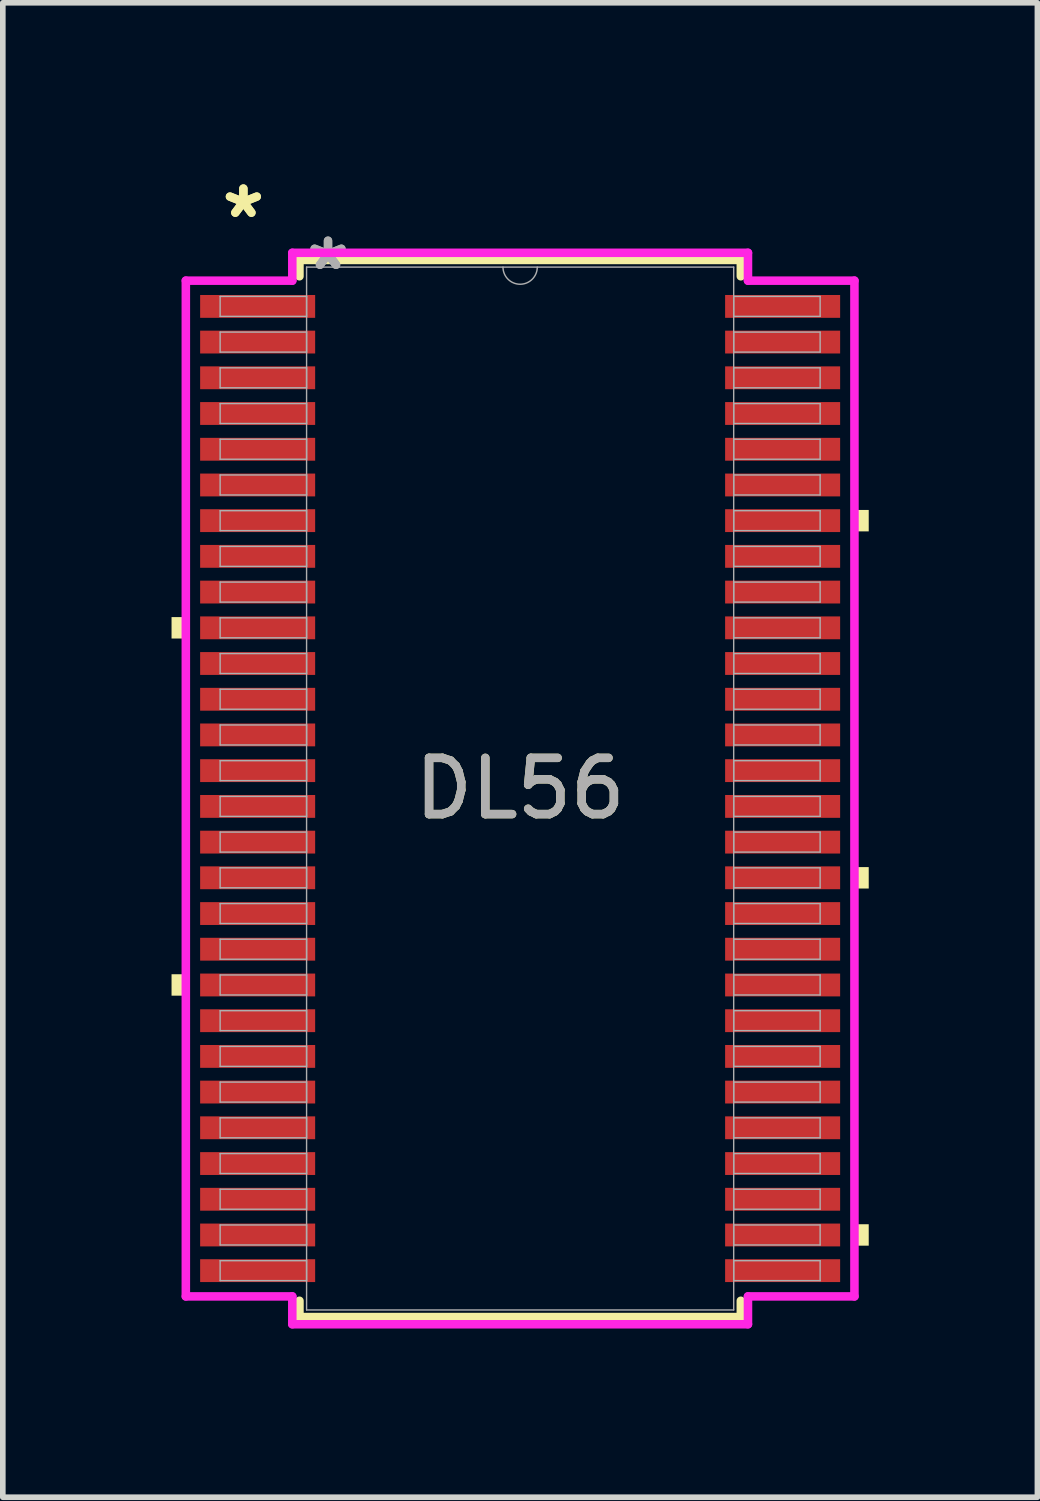
<source format=kicad_pcb>
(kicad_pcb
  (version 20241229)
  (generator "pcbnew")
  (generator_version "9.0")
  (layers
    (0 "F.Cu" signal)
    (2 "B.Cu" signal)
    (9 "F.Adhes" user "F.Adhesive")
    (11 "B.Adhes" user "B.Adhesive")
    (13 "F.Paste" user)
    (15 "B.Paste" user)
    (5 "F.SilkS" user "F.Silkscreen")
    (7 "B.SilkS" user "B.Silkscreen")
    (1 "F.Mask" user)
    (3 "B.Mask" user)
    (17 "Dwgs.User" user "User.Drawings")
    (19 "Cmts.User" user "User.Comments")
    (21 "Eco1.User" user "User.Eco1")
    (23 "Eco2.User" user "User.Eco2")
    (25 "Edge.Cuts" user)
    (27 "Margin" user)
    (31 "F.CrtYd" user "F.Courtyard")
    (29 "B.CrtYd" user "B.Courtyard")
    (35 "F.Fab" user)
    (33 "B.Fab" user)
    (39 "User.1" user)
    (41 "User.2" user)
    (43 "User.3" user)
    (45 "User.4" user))
  (footprint "DL56"
    (layer "F.Cu")
    (at 6.198 10.97)
    (property "Reference" "DL56" (at 0 0 0) (unlocked yes) (layer "F.SilkS") (effects (font (size 1 1) (thickness 0.15))))
    (attr smd)
    (fp_line (start -3.924 -9.398) (end -3.924 -9.108) (stroke (width 0.152) (type solid)) (layer "F.SilkS"))
    (fp_line (start -3.924 9.108) (end -3.924 9.398) (stroke (width 0.152) (type solid)) (layer "F.SilkS"))
    (fp_line (start -3.924 9.398) (end 3.924 9.398) (stroke (width 0.152) (type solid)) (layer "F.SilkS"))
    (fp_line (start 3.924 -9.398) (end -3.924 -9.398) (stroke (width 0.152) (type solid)) (layer "F.SilkS"))
    (fp_line (start 3.924 -9.108) (end 3.924 -9.398) (stroke (width 0.152) (type solid)) (layer "F.SilkS"))
    (fp_line (start 3.924 9.398) (end 3.924 9.108) (stroke (width 0.152) (type solid)) (layer "F.SilkS"))
    (fp_poly (pts (xy -6.198 -3.048) (xy -6.198 -2.667) (xy -5.944 -2.667) (xy -5.944 -3.048)) (stroke (width 0) (type solid)) (fill yes) (layer "F.SilkS"))
    (fp_poly (pts (xy -6.198 3.302) (xy -6.198 3.683) (xy -5.944 3.683) (xy -5.944 3.302)) (stroke (width 0) (type solid)) (fill yes) (layer "F.SilkS"))
    (fp_poly (pts (xy 6.198 -4.953) (xy 6.198 -4.572) (xy 5.944 -4.572) (xy 5.944 -4.953)) (stroke (width 0) (type solid)) (fill yes) (layer "F.SilkS"))
    (fp_poly (pts (xy 6.198 1.397) (xy 6.198 1.778) (xy 5.944 1.778) (xy 5.944 1.397)) (stroke (width 0) (type solid)) (fill yes) (layer "F.SilkS"))
    (fp_poly (pts (xy 6.198 7.747) (xy 6.198 8.128) (xy 5.944 8.128) (xy 5.944 7.747)) (stroke (width 0) (type solid)) (fill yes) (layer "F.SilkS"))
    (fp_line (start -5.944 -9.03) (end -4.051 -9.03) (stroke (width 0.152) (type solid)) (layer "F.CrtYd"))
    (fp_line (start -5.944 9.03) (end -5.944 -9.03) (stroke (width 0.152) (type solid)) (layer "F.CrtYd"))
    (fp_line (start -5.944 9.03) (end -4.051 9.03) (stroke (width 0.152) (type solid)) (layer "F.CrtYd"))
    (fp_line (start -4.051 -9.525) (end 4.051 -9.525) (stroke (width 0.152) (type solid)) (layer "F.CrtYd"))
    (fp_line (start -4.051 -9.03) (end -4.051 -9.525) (stroke (width 0.152) (type solid)) (layer "F.CrtYd"))
    (fp_line (start -4.051 9.525) (end -4.051 9.03) (stroke (width 0.152) (type solid)) (layer "F.CrtYd"))
    (fp_line (start 4.051 -9.525) (end 4.051 -9.03) (stroke (width 0.152) (type solid)) (layer "F.CrtYd"))
    (fp_line (start 4.051 9.03) (end 4.051 9.525) (stroke (width 0.152) (type solid)) (layer "F.CrtYd"))
    (fp_line (start 4.051 9.525) (end -4.051 9.525) (stroke (width 0.152) (type solid)) (layer "F.CrtYd"))
    (fp_line (start 5.944 -9.03) (end 4.051 -9.03) (stroke (width 0.152) (type solid)) (layer "F.CrtYd"))
    (fp_line (start 5.944 -9.03) (end 5.944 9.03) (stroke (width 0.152) (type solid)) (layer "F.CrtYd"))
    (fp_line (start 5.944 9.03) (end 4.051 9.03) (stroke (width 0.152) (type solid)) (layer "F.CrtYd"))
    (fp_line (start -5.334 -8.75) (end -5.334 -8.395) (stroke (width 0.025) (type solid)) (layer "F.Fab"))
    (fp_line (start -5.334 -8.395) (end -3.797 -8.395) (stroke (width 0.025) (type solid)) (layer "F.Fab"))
    (fp_line (start -5.334 -8.115) (end -5.334 -7.76) (stroke (width 0.025) (type solid)) (layer "F.Fab"))
    (fp_line (start -5.334 -7.76) (end -3.797 -7.76) (stroke (width 0.025) (type solid)) (layer "F.Fab"))
    (fp_line (start -5.334 -7.48) (end -5.334 -7.125) (stroke (width 0.025) (type solid)) (layer "F.Fab"))
    (fp_line (start -5.334 -7.125) (end -3.797 -7.125) (stroke (width 0.025) (type solid)) (layer "F.Fab"))
    (fp_line (start -5.334 -6.845) (end -5.334 -6.49) (stroke (width 0.025) (type solid)) (layer "F.Fab"))
    (fp_line (start -5.334 -6.49) (end -3.797 -6.49) (stroke (width 0.025) (type solid)) (layer "F.Fab"))
    (fp_line (start -5.334 -6.21) (end -5.334 -5.855) (stroke (width 0.025) (type solid)) (layer "F.Fab"))
    (fp_line (start -5.334 -5.855) (end -3.797 -5.855) (stroke (width 0.025) (type solid)) (layer "F.Fab"))
    (fp_line (start -5.334 -5.575) (end -5.334 -5.22) (stroke (width 0.025) (type solid)) (layer "F.Fab"))
    (fp_line (start -5.334 -5.22) (end -3.797 -5.22) (stroke (width 0.025) (type solid)) (layer "F.Fab"))
    (fp_line (start -5.334 -4.94) (end -5.334 -4.585) (stroke (width 0.025) (type solid)) (layer "F.Fab"))
    (fp_line (start -5.334 -4.585) (end -3.797 -4.585) (stroke (width 0.025) (type solid)) (layer "F.Fab"))
    (fp_line (start -5.334 -4.305) (end -5.334 -3.95) (stroke (width 0.025) (type solid)) (layer "F.Fab"))
    (fp_line (start -5.334 -3.95) (end -3.797 -3.95) (stroke (width 0.025) (type solid)) (layer "F.Fab"))
    (fp_line (start -5.334 -3.67) (end -5.334 -3.315) (stroke (width 0.025) (type solid)) (layer "F.Fab"))
    (fp_line (start -5.334 -3.315) (end -3.797 -3.315) (stroke (width 0.025) (type solid)) (layer "F.Fab"))
    (fp_line (start -5.334 -3.035) (end -5.334 -2.68) (stroke (width 0.025) (type solid)) (layer "F.Fab"))
    (fp_line (start -5.334 -2.68) (end -3.797 -2.68) (stroke (width 0.025) (type solid)) (layer "F.Fab"))
    (fp_line (start -5.334 -2.4) (end -5.334 -2.045) (stroke (width 0.025) (type solid)) (layer "F.Fab"))
    (fp_line (start -5.334 -2.045) (end -3.797 -2.045) (stroke (width 0.025) (type solid)) (layer "F.Fab"))
    (fp_line (start -5.334 -1.765) (end -5.334 -1.41) (stroke (width 0.025) (type solid)) (layer "F.Fab"))
    (fp_line (start -5.334 -1.41) (end -3.797 -1.41) (stroke (width 0.025) (type solid)) (layer "F.Fab"))
    (fp_line (start -5.334 -1.13) (end -5.334 -0.775) (stroke (width 0.025) (type solid)) (layer "F.Fab"))
    (fp_line (start -5.334 -0.775) (end -3.797 -0.775) (stroke (width 0.025) (type solid)) (layer "F.Fab"))
    (fp_line (start -5.334 -0.495) (end -5.334 -0.14) (stroke (width 0.025) (type solid)) (layer "F.Fab"))
    (fp_line (start -5.334 -0.14) (end -3.797 -0.14) (stroke (width 0.025) (type solid)) (layer "F.Fab"))
    (fp_line (start -5.334 0.14) (end -5.334 0.495) (stroke (width 0.025) (type solid)) (layer "F.Fab"))
    (fp_line (start -5.334 0.495) (end -3.797 0.495) (stroke (width 0.025) (type solid)) (layer "F.Fab"))
    (fp_line (start -5.334 0.775) (end -5.334 1.13) (stroke (width 0.025) (type solid)) (layer "F.Fab"))
    (fp_line (start -5.334 1.13) (end -3.797 1.13) (stroke (width 0.025) (type solid)) (layer "F.Fab"))
    (fp_line (start -5.334 1.41) (end -5.334 1.765) (stroke (width 0.025) (type solid)) (layer "F.Fab"))
    (fp_line (start -5.334 1.765) (end -3.797 1.765) (stroke (width 0.025) (type solid)) (layer "F.Fab"))
    (fp_line (start -5.334 2.045) (end -5.334 2.4) (stroke (width 0.025) (type solid)) (layer "F.Fab"))
    (fp_line (start -5.334 2.4) (end -3.797 2.4) (stroke (width 0.025) (type solid)) (layer "F.Fab"))
    (fp_line (start -5.334 2.68) (end -5.334 3.035) (stroke (width 0.025) (type solid)) (layer "F.Fab"))
    (fp_line (start -5.334 3.035) (end -3.797 3.035) (stroke (width 0.025) (type solid)) (layer "F.Fab"))
    (fp_line (start -5.334 3.315) (end -5.334 3.67) (stroke (width 0.025) (type solid)) (layer "F.Fab"))
    (fp_line (start -5.334 3.67) (end -3.797 3.67) (stroke (width 0.025) (type solid)) (layer "F.Fab"))
    (fp_line (start -5.334 3.95) (end -5.334 4.305) (stroke (width 0.025) (type solid)) (layer "F.Fab"))
    (fp_line (start -5.334 4.305) (end -3.797 4.305) (stroke (width 0.025) (type solid)) (layer "F.Fab"))
    (fp_line (start -5.334 4.585) (end -5.334 4.94) (stroke (width 0.025) (type solid)) (layer "F.Fab"))
    (fp_line (start -5.334 4.94) (end -3.797 4.94) (stroke (width 0.025) (type solid)) (layer "F.Fab"))
    (fp_line (start -5.334 5.22) (end -5.334 5.575) (stroke (width 0.025) (type solid)) (layer "F.Fab"))
    (fp_line (start -5.334 5.575) (end -3.797 5.575) (stroke (width 0.025) (type solid)) (layer "F.Fab"))
    (fp_line (start -5.334 5.855) (end -5.334 6.21) (stroke (width 0.025) (type solid)) (layer "F.Fab"))
    (fp_line (start -5.334 6.21) (end -3.797 6.21) (stroke (width 0.025) (type solid)) (layer "F.Fab"))
    (fp_line (start -5.334 6.49) (end -5.334 6.845) (stroke (width 0.025) (type solid)) (layer "F.Fab"))
    (fp_line (start -5.334 6.845) (end -3.797 6.845) (stroke (width 0.025) (type solid)) (layer "F.Fab"))
    (fp_line (start -5.334 7.125) (end -5.334 7.48) (stroke (width 0.025) (type solid)) (layer "F.Fab"))
    (fp_line (start -5.334 7.48) (end -3.797 7.48) (stroke (width 0.025) (type solid)) (layer "F.Fab"))
    (fp_line (start -5.334 7.76) (end -5.334 8.115) (stroke (width 0.025) (type solid)) (layer "F.Fab"))
    (fp_line (start -5.334 8.115) (end -3.797 8.115) (stroke (width 0.025) (type solid)) (layer "F.Fab"))
    (fp_line (start -5.334 8.395) (end -5.334 8.75) (stroke (width 0.025) (type solid)) (layer "F.Fab"))
    (fp_line (start -5.334 8.75) (end -3.797 8.75) (stroke (width 0.025) (type solid)) (layer "F.Fab"))
    (fp_line (start -3.797 -9.271) (end -3.797 9.271) (stroke (width 0.025) (type solid)) (layer "F.Fab"))
    (fp_line (start -3.797 -8.75) (end -5.334 -8.75) (stroke (width 0.025) (type solid)) (layer "F.Fab"))
    (fp_line (start -3.797 -8.395) (end -3.797 -8.75) (stroke (width 0.025) (type solid)) (layer "F.Fab"))
    (fp_line (start -3.797 -8.115) (end -5.334 -8.115) (stroke (width 0.025) (type solid)) (layer "F.Fab"))
    (fp_line (start -3.797 -7.76) (end -3.797 -8.115) (stroke (width 0.025) (type solid)) (layer "F.Fab"))
    (fp_line (start -3.797 -7.48) (end -5.334 -7.48) (stroke (width 0.025) (type solid)) (layer "F.Fab"))
    (fp_line (start -3.797 -7.125) (end -3.797 -7.48) (stroke (width 0.025) (type solid)) (layer "F.Fab"))
    (fp_line (start -3.797 -6.845) (end -5.334 -6.845) (stroke (width 0.025) (type solid)) (layer "F.Fab"))
    (fp_line (start -3.797 -6.49) (end -3.797 -6.845) (stroke (width 0.025) (type solid)) (layer "F.Fab"))
    (fp_line (start -3.797 -6.21) (end -5.334 -6.21) (stroke (width 0.025) (type solid)) (layer "F.Fab"))
    (fp_line (start -3.797 -5.855) (end -3.797 -6.21) (stroke (width 0.025) (type solid)) (layer "F.Fab"))
    (fp_line (start -3.797 -5.575) (end -5.334 -5.575) (stroke (width 0.025) (type solid)) (layer "F.Fab"))
    (fp_line (start -3.797 -5.22) (end -3.797 -5.575) (stroke (width 0.025) (type solid)) (layer "F.Fab"))
    (fp_line (start -3.797 -4.94) (end -5.334 -4.94) (stroke (width 0.025) (type solid)) (layer "F.Fab"))
    (fp_line (start -3.797 -4.585) (end -3.797 -4.94) (stroke (width 0.025) (type solid)) (layer "F.Fab"))
    (fp_line (start -3.797 -4.305) (end -5.334 -4.305) (stroke (width 0.025) (type solid)) (layer "F.Fab"))
    (fp_line (start -3.797 -3.95) (end -3.797 -4.305) (stroke (width 0.025) (type solid)) (layer "F.Fab"))
    (fp_line (start -3.797 -3.67) (end -5.334 -3.67) (stroke (width 0.025) (type solid)) (layer "F.Fab"))
    (fp_line (start -3.797 -3.315) (end -3.797 -3.67) (stroke (width 0.025) (type solid)) (layer "F.Fab"))
    (fp_line (start -3.797 -3.035) (end -5.334 -3.035) (stroke (width 0.025) (type solid)) (layer "F.Fab"))
    (fp_line (start -3.797 -2.68) (end -3.797 -3.035) (stroke (width 0.025) (type solid)) (layer "F.Fab"))
    (fp_line (start -3.797 -2.4) (end -5.334 -2.4) (stroke (width 0.025) (type solid)) (layer "F.Fab"))
    (fp_line (start -3.797 -2.045) (end -3.797 -2.4) (stroke (width 0.025) (type solid)) (layer "F.Fab"))
    (fp_line (start -3.797 -1.765) (end -5.334 -1.765) (stroke (width 0.025) (type solid)) (layer "F.Fab"))
    (fp_line (start -3.797 -1.41) (end -3.797 -1.765) (stroke (width 0.025) (type solid)) (layer "F.Fab"))
    (fp_line (start -3.797 -1.13) (end -5.334 -1.13) (stroke (width 0.025) (type solid)) (layer "F.Fab"))
    (fp_line (start -3.797 -0.775) (end -3.797 -1.13) (stroke (width 0.025) (type solid)) (layer "F.Fab"))
    (fp_line (start -3.797 -0.495) (end -5.334 -0.495) (stroke (width 0.025) (type solid)) (layer "F.Fab"))
    (fp_line (start -3.797 -0.14) (end -3.797 -0.495) (stroke (width 0.025) (type solid)) (layer "F.Fab"))
    (fp_line (start -3.797 0.14) (end -5.334 0.14) (stroke (width 0.025) (type solid)) (layer "F.Fab"))
    (fp_line (start -3.797 0.495) (end -3.797 0.14) (stroke (width 0.025) (type solid)) (layer "F.Fab"))
    (fp_line (start -3.797 0.775) (end -5.334 0.775) (stroke (width 0.025) (type solid)) (layer "F.Fab"))
    (fp_line (start -3.797 1.13) (end -3.797 0.775) (stroke (width 0.025) (type solid)) (layer "F.Fab"))
    (fp_line (start -3.797 1.41) (end -5.334 1.41) (stroke (width 0.025) (type solid)) (layer "F.Fab"))
    (fp_line (start -3.797 1.765) (end -3.797 1.41) (stroke (width 0.025) (type solid)) (layer "F.Fab"))
    (fp_line (start -3.797 2.045) (end -5.334 2.045) (stroke (width 0.025) (type solid)) (layer "F.Fab"))
    (fp_line (start -3.797 2.4) (end -3.797 2.045) (stroke (width 0.025) (type solid)) (layer "F.Fab"))
    (fp_line (start -3.797 2.68) (end -5.334 2.68) (stroke (width 0.025) (type solid)) (layer "F.Fab"))
    (fp_line (start -3.797 3.035) (end -3.797 2.68) (stroke (width 0.025) (type solid)) (layer "F.Fab"))
    (fp_line (start -3.797 3.315) (end -5.334 3.315) (stroke (width 0.025) (type solid)) (layer "F.Fab"))
    (fp_line (start -3.797 3.67) (end -3.797 3.315) (stroke (width 0.025) (type solid)) (layer "F.Fab"))
    (fp_line (start -3.797 3.95) (end -5.334 3.95) (stroke (width 0.025) (type solid)) (layer "F.Fab"))
    (fp_line (start -3.797 4.305) (end -3.797 3.95) (stroke (width 0.025) (type solid)) (layer "F.Fab"))
    (fp_line (start -3.797 4.585) (end -5.334 4.585) (stroke (width 0.025) (type solid)) (layer "F.Fab"))
    (fp_line (start -3.797 4.94) (end -3.797 4.585) (stroke (width 0.025) (type solid)) (layer "F.Fab"))
    (fp_line (start -3.797 5.22) (end -5.334 5.22) (stroke (width 0.025) (type solid)) (layer "F.Fab"))
    (fp_line (start -3.797 5.575) (end -3.797 5.22) (stroke (width 0.025) (type solid)) (layer "F.Fab"))
    (fp_line (start -3.797 5.855) (end -5.334 5.855) (stroke (width 0.025) (type solid)) (layer "F.Fab"))
    (fp_line (start -3.797 6.21) (end -3.797 5.855) (stroke (width 0.025) (type solid)) (layer "F.Fab"))
    (fp_line (start -3.797 6.49) (end -5.334 6.49) (stroke (width 0.025) (type solid)) (layer "F.Fab"))
    (fp_line (start -3.797 6.845) (end -3.797 6.49) (stroke (width 0.025) (type solid)) (layer "F.Fab"))
    (fp_line (start -3.797 7.125) (end -5.334 7.125) (stroke (width 0.025) (type solid)) (layer "F.Fab"))
    (fp_line (start -3.797 7.48) (end -3.797 7.125) (stroke (width 0.025) (type solid)) (layer "F.Fab"))
    (fp_line (start -3.797 7.76) (end -5.334 7.76) (stroke (width 0.025) (type solid)) (layer "F.Fab"))
    (fp_line (start -3.797 8.115) (end -3.797 7.76) (stroke (width 0.025) (type solid)) (layer "F.Fab"))
    (fp_line (start -3.797 8.395) (end -5.334 8.395) (stroke (width 0.025) (type solid)) (layer "F.Fab"))
    (fp_line (start -3.797 8.75) (end -3.797 8.395) (stroke (width 0.025) (type solid)) (layer "F.Fab"))
    (fp_line (start -3.797 9.271) (end 3.797 9.271) (stroke (width 0.025) (type solid)) (layer "F.Fab"))
    (fp_line (start 3.797 -9.271) (end -3.797 -9.271) (stroke (width 0.025) (type solid)) (layer "F.Fab"))
    (fp_line (start 3.797 -8.75) (end 3.797 -8.395) (stroke (width 0.025) (type solid)) (layer "F.Fab"))
    (fp_line (start 3.797 -8.395) (end 5.334 -8.395) (stroke (width 0.025) (type solid)) (layer "F.Fab"))
    (fp_line (start 3.797 -8.115) (end 3.797 -7.76) (stroke (width 0.025) (type solid)) (layer "F.Fab"))
    (fp_line (start 3.797 -7.76) (end 5.334 -7.76) (stroke (width 0.025) (type solid)) (layer "F.Fab"))
    (fp_line (start 3.797 -7.48) (end 3.797 -7.125) (stroke (width 0.025) (type solid)) (layer "F.Fab"))
    (fp_line (start 3.797 -7.125) (end 5.334 -7.125) (stroke (width 0.025) (type solid)) (layer "F.Fab"))
    (fp_line (start 3.797 -6.845) (end 3.797 -6.49) (stroke (width 0.025) (type solid)) (layer "F.Fab"))
    (fp_line (start 3.797 -6.49) (end 5.334 -6.49) (stroke (width 0.025) (type solid)) (layer "F.Fab"))
    (fp_line (start 3.797 -6.21) (end 3.797 -5.855) (stroke (width 0.025) (type solid)) (layer "F.Fab"))
    (fp_line (start 3.797 -5.855) (end 5.334 -5.855) (stroke (width 0.025) (type solid)) (layer "F.Fab"))
    (fp_line (start 3.797 -5.575) (end 3.797 -5.22) (stroke (width 0.025) (type solid)) (layer "F.Fab"))
    (fp_line (start 3.797 -5.22) (end 5.334 -5.22) (stroke (width 0.025) (type solid)) (layer "F.Fab"))
    (fp_line (start 3.797 -4.94) (end 3.797 -4.585) (stroke (width 0.025) (type solid)) (layer "F.Fab"))
    (fp_line (start 3.797 -4.585) (end 5.334 -4.585) (stroke (width 0.025) (type solid)) (layer "F.Fab"))
    (fp_line (start 3.797 -4.305) (end 3.797 -3.95) (stroke (width 0.025) (type solid)) (layer "F.Fab"))
    (fp_line (start 3.797 -3.95) (end 5.334 -3.95) (stroke (width 0.025) (type solid)) (layer "F.Fab"))
    (fp_line (start 3.797 -3.67) (end 3.797 -3.315) (stroke (width 0.025) (type solid)) (layer "F.Fab"))
    (fp_line (start 3.797 -3.315) (end 5.334 -3.315) (stroke (width 0.025) (type solid)) (layer "F.Fab"))
    (fp_line (start 3.797 -3.035) (end 3.797 -2.68) (stroke (width 0.025) (type solid)) (layer "F.Fab"))
    (fp_line (start 3.797 -2.68) (end 5.334 -2.68) (stroke (width 0.025) (type solid)) (layer "F.Fab"))
    (fp_line (start 3.797 -2.4) (end 3.797 -2.045) (stroke (width 0.025) (type solid)) (layer "F.Fab"))
    (fp_line (start 3.797 -2.045) (end 5.334 -2.045) (stroke (width 0.025) (type solid)) (layer "F.Fab"))
    (fp_line (start 3.797 -1.765) (end 3.797 -1.41) (stroke (width 0.025) (type solid)) (layer "F.Fab"))
    (fp_line (start 3.797 -1.41) (end 5.334 -1.41) (stroke (width 0.025) (type solid)) (layer "F.Fab"))
    (fp_line (start 3.797 -1.13) (end 3.797 -0.775) (stroke (width 0.025) (type solid)) (layer "F.Fab"))
    (fp_line (start 3.797 -0.775) (end 5.334 -0.775) (stroke (width 0.025) (type solid)) (layer "F.Fab"))
    (fp_line (start 3.797 -0.495) (end 3.797 -0.14) (stroke (width 0.025) (type solid)) (layer "F.Fab"))
    (fp_line (start 3.797 -0.14) (end 5.334 -0.14) (stroke (width 0.025) (type solid)) (layer "F.Fab"))
    (fp_line (start 3.797 0.14) (end 3.797 0.495) (stroke (width 0.025) (type solid)) (layer "F.Fab"))
    (fp_line (start 3.797 0.495) (end 5.334 0.495) (stroke (width 0.025) (type solid)) (layer "F.Fab"))
    (fp_line (start 3.797 0.775) (end 3.797 1.13) (stroke (width 0.025) (type solid)) (layer "F.Fab"))
    (fp_line (start 3.797 1.13) (end 5.334 1.13) (stroke (width 0.025) (type solid)) (layer "F.Fab"))
    (fp_line (start 3.797 1.41) (end 3.797 1.765) (stroke (width 0.025) (type solid)) (layer "F.Fab"))
    (fp_line (start 3.797 1.765) (end 5.334 1.765) (stroke (width 0.025) (type solid)) (layer "F.Fab"))
    (fp_line (start 3.797 2.045) (end 3.797 2.4) (stroke (width 0.025) (type solid)) (layer "F.Fab"))
    (fp_line (start 3.797 2.4) (end 5.334 2.4) (stroke (width 0.025) (type solid)) (layer "F.Fab"))
    (fp_line (start 3.797 2.68) (end 3.797 3.035) (stroke (width 0.025) (type solid)) (layer "F.Fab"))
    (fp_line (start 3.797 3.035) (end 5.334 3.035) (stroke (width 0.025) (type solid)) (layer "F.Fab"))
    (fp_line (start 3.797 3.315) (end 3.797 3.67) (stroke (width 0.025) (type solid)) (layer "F.Fab"))
    (fp_line (start 3.797 3.67) (end 5.334 3.67) (stroke (width 0.025) (type solid)) (layer "F.Fab"))
    (fp_line (start 3.797 3.95) (end 3.797 4.305) (stroke (width 0.025) (type solid)) (layer "F.Fab"))
    (fp_line (start 3.797 4.305) (end 5.334 4.305) (stroke (width 0.025) (type solid)) (layer "F.Fab"))
    (fp_line (start 3.797 4.585) (end 3.797 4.94) (stroke (width 0.025) (type solid)) (layer "F.Fab"))
    (fp_line (start 3.797 4.94) (end 5.334 4.94) (stroke (width 0.025) (type solid)) (layer "F.Fab"))
    (fp_line (start 3.797 5.22) (end 3.797 5.575) (stroke (width 0.025) (type solid)) (layer "F.Fab"))
    (fp_line (start 3.797 5.575) (end 5.334 5.575) (stroke (width 0.025) (type solid)) (layer "F.Fab"))
    (fp_line (start 3.797 5.855) (end 3.797 6.21) (stroke (width 0.025) (type solid)) (layer "F.Fab"))
    (fp_line (start 3.797 6.21) (end 5.334 6.21) (stroke (width 0.025) (type solid)) (layer "F.Fab"))
    (fp_line (start 3.797 6.49) (end 3.797 6.845) (stroke (width 0.025) (type solid)) (layer "F.Fab"))
    (fp_line (start 3.797 6.845) (end 5.334 6.845) (stroke (width 0.025) (type solid)) (layer "F.Fab"))
    (fp_line (start 3.797 7.125) (end 3.797 7.48) (stroke (width 0.025) (type solid)) (layer "F.Fab"))
    (fp_line (start 3.797 7.48) (end 5.334 7.48) (stroke (width 0.025) (type solid)) (layer "F.Fab"))
    (fp_line (start 3.797 7.76) (end 3.797 8.115) (stroke (width 0.025) (type solid)) (layer "F.Fab"))
    (fp_line (start 3.797 8.115) (end 5.334 8.115) (stroke (width 0.025) (type solid)) (layer "F.Fab"))
    (fp_line (start 3.797 8.395) (end 3.797 8.75) (stroke (width 0.025) (type solid)) (layer "F.Fab"))
    (fp_line (start 3.797 8.75) (end 5.334 8.75) (stroke (width 0.025) (type solid)) (layer "F.Fab"))
    (fp_line (start 3.797 9.271) (end 3.797 -9.271) (stroke (width 0.025) (type solid)) (layer "F.Fab"))
    (fp_line (start 5.334 -8.75) (end 3.797 -8.75) (stroke (width 0.025) (type solid)) (layer "F.Fab"))
    (fp_line (start 5.334 -8.395) (end 5.334 -8.75) (stroke (width 0.025) (type solid)) (layer "F.Fab"))
    (fp_line (start 5.334 -8.115) (end 3.797 -8.115) (stroke (width 0.025) (type solid)) (layer "F.Fab"))
    (fp_line (start 5.334 -7.76) (end 5.334 -8.115) (stroke (width 0.025) (type solid)) (layer "F.Fab"))
    (fp_line (start 5.334 -7.48) (end 3.797 -7.48) (stroke (width 0.025) (type solid)) (layer "F.Fab"))
    (fp_line (start 5.334 -7.125) (end 5.334 -7.48) (stroke (width 0.025) (type solid)) (layer "F.Fab"))
    (fp_line (start 5.334 -6.845) (end 3.797 -6.845) (stroke (width 0.025) (type solid)) (layer "F.Fab"))
    (fp_line (start 5.334 -6.49) (end 5.334 -6.845) (stroke (width 0.025) (type solid)) (layer "F.Fab"))
    (fp_line (start 5.334 -6.21) (end 3.797 -6.21) (stroke (width 0.025) (type solid)) (layer "F.Fab"))
    (fp_line (start 5.334 -5.855) (end 5.334 -6.21) (stroke (width 0.025) (type solid)) (layer "F.Fab"))
    (fp_line (start 5.334 -5.575) (end 3.797 -5.575) (stroke (width 0.025) (type solid)) (layer "F.Fab"))
    (fp_line (start 5.334 -5.22) (end 5.334 -5.575) (stroke (width 0.025) (type solid)) (layer "F.Fab"))
    (fp_line (start 5.334 -4.94) (end 3.797 -4.94) (stroke (width 0.025) (type solid)) (layer "F.Fab"))
    (fp_line (start 5.334 -4.585) (end 5.334 -4.94) (stroke (width 0.025) (type solid)) (layer "F.Fab"))
    (fp_line (start 5.334 -4.305) (end 3.797 -4.305) (stroke (width 0.025) (type solid)) (layer "F.Fab"))
    (fp_line (start 5.334 -3.95) (end 5.334 -4.305) (stroke (width 0.025) (type solid)) (layer "F.Fab"))
    (fp_line (start 5.334 -3.67) (end 3.797 -3.67) (stroke (width 0.025) (type solid)) (layer "F.Fab"))
    (fp_line (start 5.334 -3.315) (end 5.334 -3.67) (stroke (width 0.025) (type solid)) (layer "F.Fab"))
    (fp_line (start 5.334 -3.035) (end 3.797 -3.035) (stroke (width 0.025) (type solid)) (layer "F.Fab"))
    (fp_line (start 5.334 -2.68) (end 5.334 -3.035) (stroke (width 0.025) (type solid)) (layer "F.Fab"))
    (fp_line (start 5.334 -2.4) (end 3.797 -2.4) (stroke (width 0.025) (type solid)) (layer "F.Fab"))
    (fp_line (start 5.334 -2.045) (end 5.334 -2.4) (stroke (width 0.025) (type solid)) (layer "F.Fab"))
    (fp_line (start 5.334 -1.765) (end 3.797 -1.765) (stroke (width 0.025) (type solid)) (layer "F.Fab"))
    (fp_line (start 5.334 -1.41) (end 5.334 -1.765) (stroke (width 0.025) (type solid)) (layer "F.Fab"))
    (fp_line (start 5.334 -1.13) (end 3.797 -1.13) (stroke (width 0.025) (type solid)) (layer "F.Fab"))
    (fp_line (start 5.334 -0.775) (end 5.334 -1.13) (stroke (width 0.025) (type solid)) (layer "F.Fab"))
    (fp_line (start 5.334 -0.495) (end 3.797 -0.495) (stroke (width 0.025) (type solid)) (layer "F.Fab"))
    (fp_line (start 5.334 -0.14) (end 5.334 -0.495) (stroke (width 0.025) (type solid)) (layer "F.Fab"))
    (fp_line (start 5.334 0.14) (end 3.797 0.14) (stroke (width 0.025) (type solid)) (layer "F.Fab"))
    (fp_line (start 5.334 0.495) (end 5.334 0.14) (stroke (width 0.025) (type solid)) (layer "F.Fab"))
    (fp_line (start 5.334 0.775) (end 3.797 0.775) (stroke (width 0.025) (type solid)) (layer "F.Fab"))
    (fp_line (start 5.334 1.13) (end 5.334 0.775) (stroke (width 0.025) (type solid)) (layer "F.Fab"))
    (fp_line (start 5.334 1.41) (end 3.797 1.41) (stroke (width 0.025) (type solid)) (layer "F.Fab"))
    (fp_line (start 5.334 1.765) (end 5.334 1.41) (stroke (width 0.025) (type solid)) (layer "F.Fab"))
    (fp_line (start 5.334 2.045) (end 3.797 2.045) (stroke (width 0.025) (type solid)) (layer "F.Fab"))
    (fp_line (start 5.334 2.4) (end 5.334 2.045) (stroke (width 0.025) (type solid)) (layer "F.Fab"))
    (fp_line (start 5.334 2.68) (end 3.797 2.68) (stroke (width 0.025) (type solid)) (layer "F.Fab"))
    (fp_line (start 5.334 3.035) (end 5.334 2.68) (stroke (width 0.025) (type solid)) (layer "F.Fab"))
    (fp_line (start 5.334 3.315) (end 3.797 3.315) (stroke (width 0.025) (type solid)) (layer "F.Fab"))
    (fp_line (start 5.334 3.67) (end 5.334 3.315) (stroke (width 0.025) (type solid)) (layer "F.Fab"))
    (fp_line (start 5.334 3.95) (end 3.797 3.95) (stroke (width 0.025) (type solid)) (layer "F.Fab"))
    (fp_line (start 5.334 4.305) (end 5.334 3.95) (stroke (width 0.025) (type solid)) (layer "F.Fab"))
    (fp_line (start 5.334 4.585) (end 3.797 4.585) (stroke (width 0.025) (type solid)) (layer "F.Fab"))
    (fp_line (start 5.334 4.94) (end 5.334 4.585) (stroke (width 0.025) (type solid)) (layer "F.Fab"))
    (fp_line (start 5.334 5.22) (end 3.797 5.22) (stroke (width 0.025) (type solid)) (layer "F.Fab"))
    (fp_line (start 5.334 5.575) (end 5.334 5.22) (stroke (width 0.025) (type solid)) (layer "F.Fab"))
    (fp_line (start 5.334 5.855) (end 3.797 5.855) (stroke (width 0.025) (type solid)) (layer "F.Fab"))
    (fp_line (start 5.334 6.21) (end 5.334 5.855) (stroke (width 0.025) (type solid)) (layer "F.Fab"))
    (fp_line (start 5.334 6.49) (end 3.797 6.49) (stroke (width 0.025) (type solid)) (layer "F.Fab"))
    (fp_line (start 5.334 6.845) (end 5.334 6.49) (stroke (width 0.025) (type solid)) (layer "F.Fab"))
    (fp_line (start 5.334 7.125) (end 3.797 7.125) (stroke (width 0.025) (type solid)) (layer "F.Fab"))
    (fp_line (start 5.334 7.48) (end 5.334 7.125) (stroke (width 0.025) (type solid)) (layer "F.Fab"))
    (fp_line (start 5.334 7.76) (end 3.797 7.76) (stroke (width 0.025) (type solid)) (layer "F.Fab"))
    (fp_line (start 5.334 8.115) (end 5.334 7.76) (stroke (width 0.025) (type solid)) (layer "F.Fab"))
    (fp_line (start 5.334 8.395) (end 3.797 8.395) (stroke (width 0.025) (type solid)) (layer "F.Fab"))
    (fp_line (start 5.334 8.75) (end 5.334 8.395) (stroke (width 0.025) (type solid)) (layer "F.Fab"))
    (fp_arc (start 0.3048 -9.271) (mid 0 -8.9662) (end -0.3048 -9.271) (stroke (width 0.0254) (type solid)) (layer "F.Fab"))
    (fp_text user "*" (at -4.921 -10.122 0) (unlocked yes) (layer "F.SilkS") (effects (font (size 1 1) (thickness 0.15))))
    (fp_text user "*" (at -4.921 -10.122 0) (layer "F.SilkS") (effects (font (size 1 1) (thickness 0.15))))
    (fp_text user "${REFERENCE}" (at 0 0 0) (unlocked yes) (layer "F.Fab") (effects (font (size 1 1) (thickness 0.15))))
    (fp_text user "*" (at -3.416 -9.195 0) (unlocked yes) (layer "F.Fab") (effects (font (size 1 1) (thickness 0.15))))
    (fp_text user "*" (at -3.416 -9.195 0) (layer "F.Fab") (effects (font (size 1 1) (thickness 0.15))))
    (pad "1" smd rect (at -4.667 -8.572) (size 2.045 0.406) (layers "F.Cu" "F.Mask" "F.Paste"))
    (pad "2" smd rect (at -4.667 -7.938) (size 2.045 0.406) (layers "F.Cu" "F.Mask" "F.Paste"))
    (pad "3" smd rect (at -4.667 -7.303) (size 2.045 0.406) (layers "F.Cu" "F.Mask" "F.Paste"))
    (pad "4" smd rect (at -4.667 -6.668) (size 2.045 0.406) (layers "F.Cu" "F.Mask" "F.Paste"))
    (pad "5" smd rect (at -4.667 -6.032) (size 2.045 0.406) (layers "F.Cu" "F.Mask" "F.Paste"))
    (pad "6" smd rect (at -4.667 -5.397) (size 2.045 0.406) (layers "F.Cu" "F.Mask" "F.Paste"))
    (pad "7" smd rect (at -4.667 -4.763) (size 2.045 0.406) (layers "F.Cu" "F.Mask" "F.Paste"))
    (pad "8" smd rect (at -4.667 -4.128) (size 2.045 0.406) (layers "F.Cu" "F.Mask" "F.Paste"))
    (pad "9" smd rect (at -4.667 -3.493) (size 2.045 0.406) (layers "F.Cu" "F.Mask" "F.Paste"))
    (pad "10" smd rect (at -4.667 -2.857) (size 2.045 0.406) (layers "F.Cu" "F.Mask" "F.Paste"))
    (pad "11" smd rect (at -4.667 -2.223) (size 2.045 0.406) (layers "F.Cu" "F.Mask" "F.Paste"))
    (pad "12" smd rect (at -4.667 -1.587) (size 2.045 0.406) (layers "F.Cu" "F.Mask" "F.Paste"))
    (pad "13" smd rect (at -4.667 -0.953) (size 2.045 0.406) (layers "F.Cu" "F.Mask" "F.Paste"))
    (pad "14" smd rect (at -4.667 -0.318) (size 2.045 0.406) (layers "F.Cu" "F.Mask" "F.Paste"))
    (pad "15" smd rect (at -4.667 0.318) (size 2.045 0.406) (layers "F.Cu" "F.Mask" "F.Paste"))
    (pad "16" smd rect (at -4.667 0.953) (size 2.045 0.406) (layers "F.Cu" "F.Mask" "F.Paste"))
    (pad "17" smd rect (at -4.667 1.587) (size 2.045 0.406) (layers "F.Cu" "F.Mask" "F.Paste"))
    (pad "18" smd rect (at -4.667 2.223) (size 2.045 0.406) (layers "F.Cu" "F.Mask" "F.Paste"))
    (pad "19" smd rect (at -4.667 2.857) (size 2.045 0.406) (layers "F.Cu" "F.Mask" "F.Paste"))
    (pad "20" smd rect (at -4.667 3.493) (size 2.045 0.406) (layers "F.Cu" "F.Mask" "F.Paste"))
    (pad "21" smd rect (at -4.667 4.128) (size 2.045 0.406) (layers "F.Cu" "F.Mask" "F.Paste"))
    (pad "22" smd rect (at -4.667 4.763) (size 2.045 0.406) (layers "F.Cu" "F.Mask" "F.Paste"))
    (pad "23" smd rect (at -4.667 5.397) (size 2.045 0.406) (layers "F.Cu" "F.Mask" "F.Paste"))
    (pad "24" smd rect (at -4.667 6.032) (size 2.045 0.406) (layers "F.Cu" "F.Mask" "F.Paste"))
    (pad "25" smd rect (at -4.667 6.668) (size 2.045 0.406) (layers "F.Cu" "F.Mask" "F.Paste"))
    (pad "26" smd rect (at -4.667 7.303) (size 2.045 0.406) (layers "F.Cu" "F.Mask" "F.Paste"))
    (pad "27" smd rect (at -4.667 7.938) (size 2.045 0.406) (layers "F.Cu" "F.Mask" "F.Paste"))
    (pad "28" smd rect (at -4.667 8.572) (size 2.045 0.406) (layers "F.Cu" "F.Mask" "F.Paste"))
    (pad "29" smd rect (at 4.667 8.572) (size 2.045 0.406) (layers "F.Cu" "F.Mask" "F.Paste"))
    (pad "30" smd rect (at 4.667 7.938) (size 2.045 0.406) (layers "F.Cu" "F.Mask" "F.Paste"))
    (pad "31" smd rect (at 4.667 7.303) (size 2.045 0.406) (layers "F.Cu" "F.Mask" "F.Paste"))
    (pad "32" smd rect (at 4.667 6.668) (size 2.045 0.406) (layers "F.Cu" "F.Mask" "F.Paste"))
    (pad "33" smd rect (at 4.667 6.032) (size 2.045 0.406) (layers "F.Cu" "F.Mask" "F.Paste"))
    (pad "34" smd rect (at 4.667 5.397) (size 2.045 0.406) (layers "F.Cu" "F.Mask" "F.Paste"))
    (pad "35" smd rect (at 4.667 4.763) (size 2.045 0.406) (layers "F.Cu" "F.Mask" "F.Paste"))
    (pad "36" smd rect (at 4.667 4.128) (size 2.045 0.406) (layers "F.Cu" "F.Mask" "F.Paste"))
    (pad "37" smd rect (at 4.667 3.493) (size 2.045 0.406) (layers "F.Cu" "F.Mask" "F.Paste"))
    (pad "38" smd rect (at 4.667 2.857) (size 2.045 0.406) (layers "F.Cu" "F.Mask" "F.Paste"))
    (pad "39" smd rect (at 4.667 2.223) (size 2.045 0.406) (layers "F.Cu" "F.Mask" "F.Paste"))
    (pad "40" smd rect (at 4.667 1.587) (size 2.045 0.406) (layers "F.Cu" "F.Mask" "F.Paste"))
    (pad "41" smd rect (at 4.667 0.953) (size 2.045 0.406) (layers "F.Cu" "F.Mask" "F.Paste"))
    (pad "42" smd rect (at 4.667 0.318) (size 2.045 0.406) (layers "F.Cu" "F.Mask" "F.Paste"))
    (pad "43" smd rect (at 4.667 -0.318) (size 2.045 0.406) (layers "F.Cu" "F.Mask" "F.Paste"))
    (pad "44" smd rect (at 4.667 -0.953) (size 2.045 0.406) (layers "F.Cu" "F.Mask" "F.Paste"))
    (pad "45" smd rect (at 4.667 -1.587) (size 2.045 0.406) (layers "F.Cu" "F.Mask" "F.Paste"))
    (pad "46" smd rect (at 4.667 -2.223) (size 2.045 0.406) (layers "F.Cu" "F.Mask" "F.Paste"))
    (pad "47" smd rect (at 4.667 -2.857) (size 2.045 0.406) (layers "F.Cu" "F.Mask" "F.Paste"))
    (pad "48" smd rect (at 4.667 -3.493) (size 2.045 0.406) (layers "F.Cu" "F.Mask" "F.Paste"))
    (pad "49" smd rect (at 4.667 -4.128) (size 2.045 0.406) (layers "F.Cu" "F.Mask" "F.Paste"))
    (pad "50" smd rect (at 4.667 -4.763) (size 2.045 0.406) (layers "F.Cu" "F.Mask" "F.Paste"))
    (pad "51" smd rect (at 4.667 -5.397) (size 2.045 0.406) (layers "F.Cu" "F.Mask" "F.Paste"))
    (pad "52" smd rect (at 4.667 -6.032) (size 2.045 0.406) (layers "F.Cu" "F.Mask" "F.Paste"))
    (pad "53" smd rect (at 4.667 -6.668) (size 2.045 0.406) (layers "F.Cu" "F.Mask" "F.Paste"))
    (pad "54" smd rect (at 4.667 -7.303) (size 2.045 0.406) (layers "F.Cu" "F.Mask" "F.Paste"))
    (pad "55" smd rect (at 4.667 -7.938) (size 2.045 0.406) (layers "F.Cu" "F.Mask" "F.Paste"))
    (pad "56" smd rect (at 4.667 -8.572) (size 2.045 0.406) (layers "F.Cu" "F.Mask" "F.Paste")))
  (gr_rect
    (start -3 -3)
    (end 15.395 23.571)
    (stroke (width 0.1) (type default))
    (fill no)
    (layer "Edge.Cuts")))
</source>
